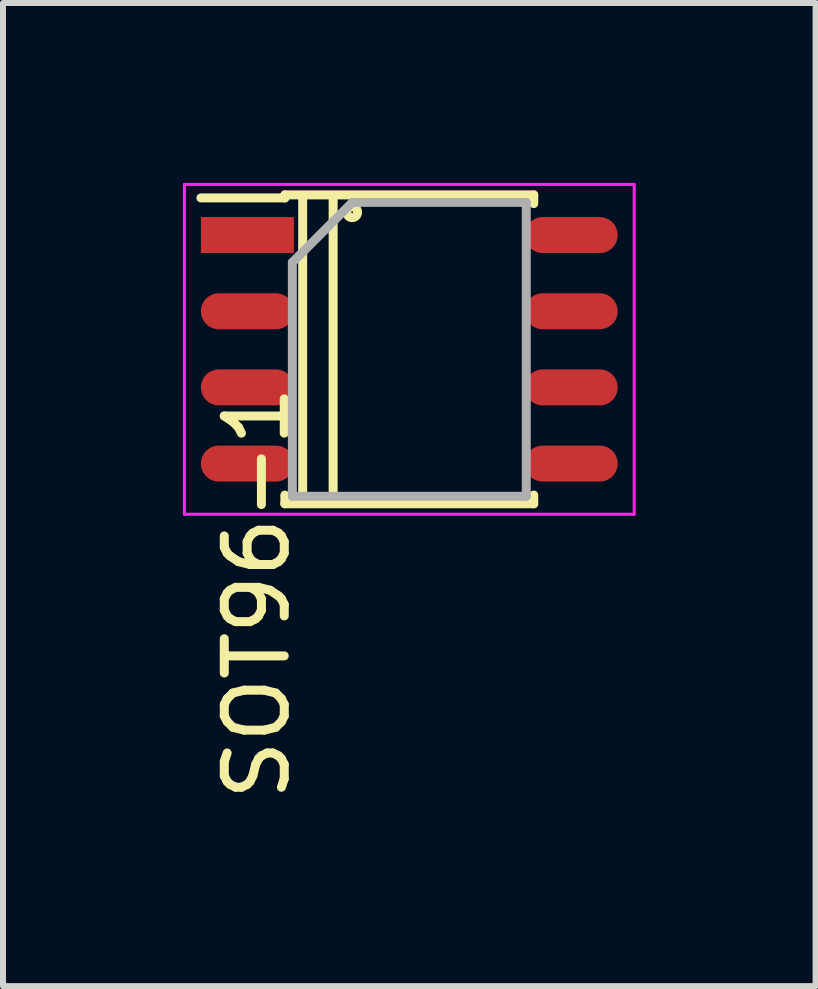
<source format=kicad_pcb>
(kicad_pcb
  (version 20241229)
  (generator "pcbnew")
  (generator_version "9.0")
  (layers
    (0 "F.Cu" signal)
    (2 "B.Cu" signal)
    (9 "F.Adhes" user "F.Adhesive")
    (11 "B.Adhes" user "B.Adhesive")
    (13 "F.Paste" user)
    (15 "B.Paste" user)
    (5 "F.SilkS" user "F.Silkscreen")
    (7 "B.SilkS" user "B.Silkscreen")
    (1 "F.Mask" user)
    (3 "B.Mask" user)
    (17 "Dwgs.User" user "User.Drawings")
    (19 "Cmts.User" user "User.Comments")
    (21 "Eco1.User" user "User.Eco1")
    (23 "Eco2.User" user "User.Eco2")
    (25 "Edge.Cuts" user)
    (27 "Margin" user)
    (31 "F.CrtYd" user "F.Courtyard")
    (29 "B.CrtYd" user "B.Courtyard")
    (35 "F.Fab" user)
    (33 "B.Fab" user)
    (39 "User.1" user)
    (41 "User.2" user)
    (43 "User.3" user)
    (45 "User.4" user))
  (footprint "SOT96-1"
    (layer "F.Cu")
    (at 3.775 2.775)
    (property "Reference" "SOT96-1" (at -2.54 4.064 270) (layer "F.SilkS") (effects (font (size 1 1) (thickness 0.15))))
    (attr smd)
    (fp_line (start -2.075 -2.575) (end -2.075 -2.525) (stroke (width 0.15) (type solid)) (layer "F.SilkS"))
    (fp_line (start -2.075 -2.575) (end 2.075 -2.575) (stroke (width 0.15) (type solid)) (layer "F.SilkS"))
    (fp_line (start -2.075 -2.525) (end -3.475 -2.525) (stroke (width 0.15) (type solid)) (layer "F.SilkS"))
    (fp_line (start -2.075 2.575) (end -2.075 2.43) (stroke (width 0.15) (type solid)) (layer "F.SilkS"))
    (fp_line (start -2.075 2.575) (end 2.075 2.575) (stroke (width 0.15) (type solid)) (layer "F.SilkS"))
    (fp_line (start -1.778 2.54) (end -1.778 -2.54) (stroke (width 0.15) (type solid)) (layer "F.SilkS"))
    (fp_line (start -1.27 -2.54) (end -1.27 2.54) (stroke (width 0.15) (type solid)) (layer "F.SilkS"))
    (fp_line (start 2.075 -2.575) (end 2.075 -2.43) (stroke (width 0.15) (type solid)) (layer "F.SilkS"))
    (fp_line (start 2.075 2.575) (end 2.075 2.43) (stroke (width 0.15) (type solid)) (layer "F.SilkS"))
    (fp_circle (center -0.953 -2.286) (end -0.889 -2.223) (stroke (width 0.15) (type solid)) (fill no) (layer "F.SilkS"))
    (fp_line (start -3.75 -2.75) (end -3.75 2.75) (stroke (width 0.05) (type solid)) (layer "F.CrtYd"))
    (fp_line (start -3.75 -2.75) (end 3.75 -2.75) (stroke (width 0.05) (type solid)) (layer "F.CrtYd"))
    (fp_line (start -3.75 2.75) (end 3.75 2.75) (stroke (width 0.05) (type solid)) (layer "F.CrtYd"))
    (fp_line (start 3.75 -2.75) (end 3.75 2.75) (stroke (width 0.05) (type solid)) (layer "F.CrtYd"))
    (fp_line (start -1.95 -1.45) (end -0.95 -2.45) (stroke (width 0.15) (type solid)) (layer "F.Fab"))
    (fp_line (start -1.95 2.45) (end -1.95 -1.45) (stroke (width 0.15) (type solid)) (layer "F.Fab"))
    (fp_line (start -0.95 -2.45) (end 1.95 -2.45) (stroke (width 0.15) (type solid)) (layer "F.Fab"))
    (fp_line (start 1.95 -2.45) (end 1.95 2.45) (stroke (width 0.15) (type solid)) (layer "F.Fab"))
    (fp_line (start 1.95 2.45) (end -1.95 2.45) (stroke (width 0.15) (type solid)) (layer "F.Fab"))
    (pad "1" smd rect (at -2.7 -1.905) (size 1.55 0.6) (layers "F.Cu" "F.Mask" "F.Paste"))
    (pad "2" smd oval (at -2.7 -0.635) (size 1.55 0.6) (layers "F.Cu" "F.Mask" "F.Paste"))
    (pad "3" smd oval (at -2.7 0.635) (size 1.55 0.6) (layers "F.Cu" "F.Mask" "F.Paste"))
    (pad "4" smd oval (at -2.7 1.905) (size 1.55 0.6) (layers "F.Cu" "F.Mask" "F.Paste"))
    (pad "5" smd oval (at 2.7 1.905) (size 1.55 0.6) (layers "F.Cu" "F.Mask" "F.Paste"))
    (pad "6" smd oval (at 2.7 0.635) (size 1.55 0.6) (layers "F.Cu" "F.Mask" "F.Paste"))
    (pad "7" smd oval (at 2.7 -0.635) (size 1.55 0.6) (layers "F.Cu" "F.Mask" "F.Paste"))
    (pad "8" smd oval (at 2.7 -1.905) (size 1.55 0.6) (layers "F.Cu" "F.Mask" "F.Paste")))
  (gr_rect
    (start -3 -3)
    (end 10.55 13.393)
    (stroke (width 0.1) (type default))
    (fill no)
    (layer "Edge.Cuts")))
</source>
